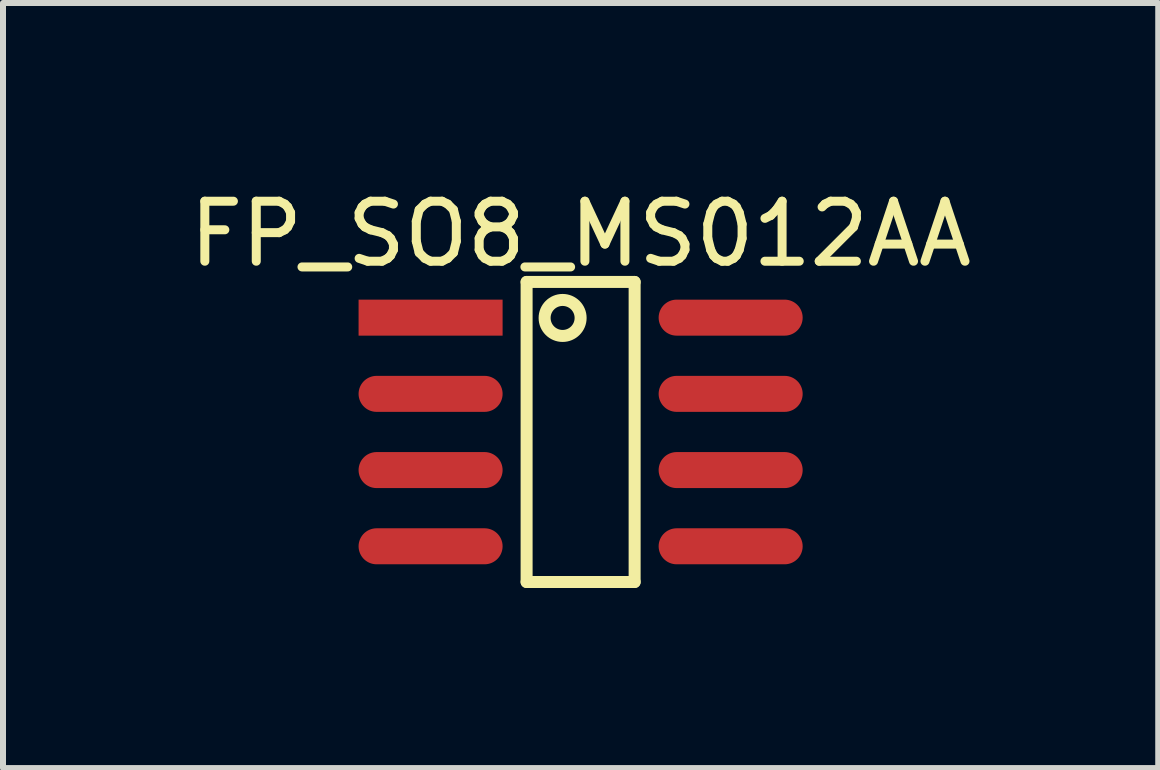
<source format=kicad_pcb>
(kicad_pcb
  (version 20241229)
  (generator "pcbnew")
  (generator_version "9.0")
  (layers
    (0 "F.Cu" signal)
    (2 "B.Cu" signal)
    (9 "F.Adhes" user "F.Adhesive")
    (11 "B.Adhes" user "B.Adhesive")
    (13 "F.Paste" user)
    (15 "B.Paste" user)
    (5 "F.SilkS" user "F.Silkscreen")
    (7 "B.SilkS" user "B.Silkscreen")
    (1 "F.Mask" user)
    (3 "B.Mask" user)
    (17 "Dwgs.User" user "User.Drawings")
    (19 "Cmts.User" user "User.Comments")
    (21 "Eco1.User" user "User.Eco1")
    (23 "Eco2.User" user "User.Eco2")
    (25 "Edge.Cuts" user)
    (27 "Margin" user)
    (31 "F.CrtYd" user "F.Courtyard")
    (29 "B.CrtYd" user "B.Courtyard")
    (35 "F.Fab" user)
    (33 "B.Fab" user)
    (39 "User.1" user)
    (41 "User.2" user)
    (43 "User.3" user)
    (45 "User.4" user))
  (footprint "FP_SO8_MS012AA"
    (layer "F.Cu")
    (at 6.625 4.148)
    (property "Reference" "FP_SO8_MS012AA" (at 0 -3.3 0) (layer "F.SilkS") (effects (font (size 1 1) (thickness 0.15))))
    (fp_line (start -0.9 -2.5) (end 0.9 -2.5) (stroke (width 0.2) (type solid)) (layer "F.SilkS"))
    (fp_line (start -0.9 2.5) (end -0.9 -2.5) (stroke (width 0.2) (type solid)) (layer "F.SilkS"))
    (fp_line (start -0.9 2.5) (end 0.9 2.5) (stroke (width 0.2) (type solid)) (layer "F.SilkS"))
    (fp_line (start 0.9 2.5) (end 0.9 -2.5) (stroke (width 0.2) (type solid)) (layer "F.SilkS"))
    (fp_circle (center -0.3 -1.9) (end -0.3 -2.2) (stroke (width 0.2) (type solid)) (fill no) (layer "F.SilkS"))
    (pad "1" smd rect (at -2.5 -1.905 90) (size 0.6 2.4) (layers "F.Cu" "F.Mask" "F.Paste"))
    (pad "2" smd oval (at -2.5 -0.635 90) (size 0.6 2.4) (layers "F.Cu" "F.Mask" "F.Paste"))
    (pad "3" smd oval (at -2.5 0.635 90) (size 0.6 2.4) (layers "F.Cu" "F.Mask" "F.Paste"))
    (pad "4" smd oval (at -2.5 1.905 90) (size 0.6 2.4) (layers "F.Cu" "F.Mask" "F.Paste"))
    (pad "5" smd oval (at 2.5 1.905 90) (size 0.6 2.4) (layers "F.Cu" "F.Mask" "F.Paste"))
    (pad "6" smd oval (at 2.5 0.635 90) (size 0.6 2.4) (layers "F.Cu" "F.Mask" "F.Paste"))
    (pad "7" smd oval (at 2.5 -0.635 90) (size 0.6 2.4) (layers "F.Cu" "F.Mask" "F.Paste"))
    (pad "8" smd oval (at 2.5 -1.905 90) (size 0.6 2.4) (layers "F.Cu" "F.Mask" "F.Paste")))
  (gr_rect
    (start -3 -3)
    (end 16.25 9.748)
    (stroke (width 0.1) (type default))
    (fill no)
    (layer "Edge.Cuts")))
</source>
